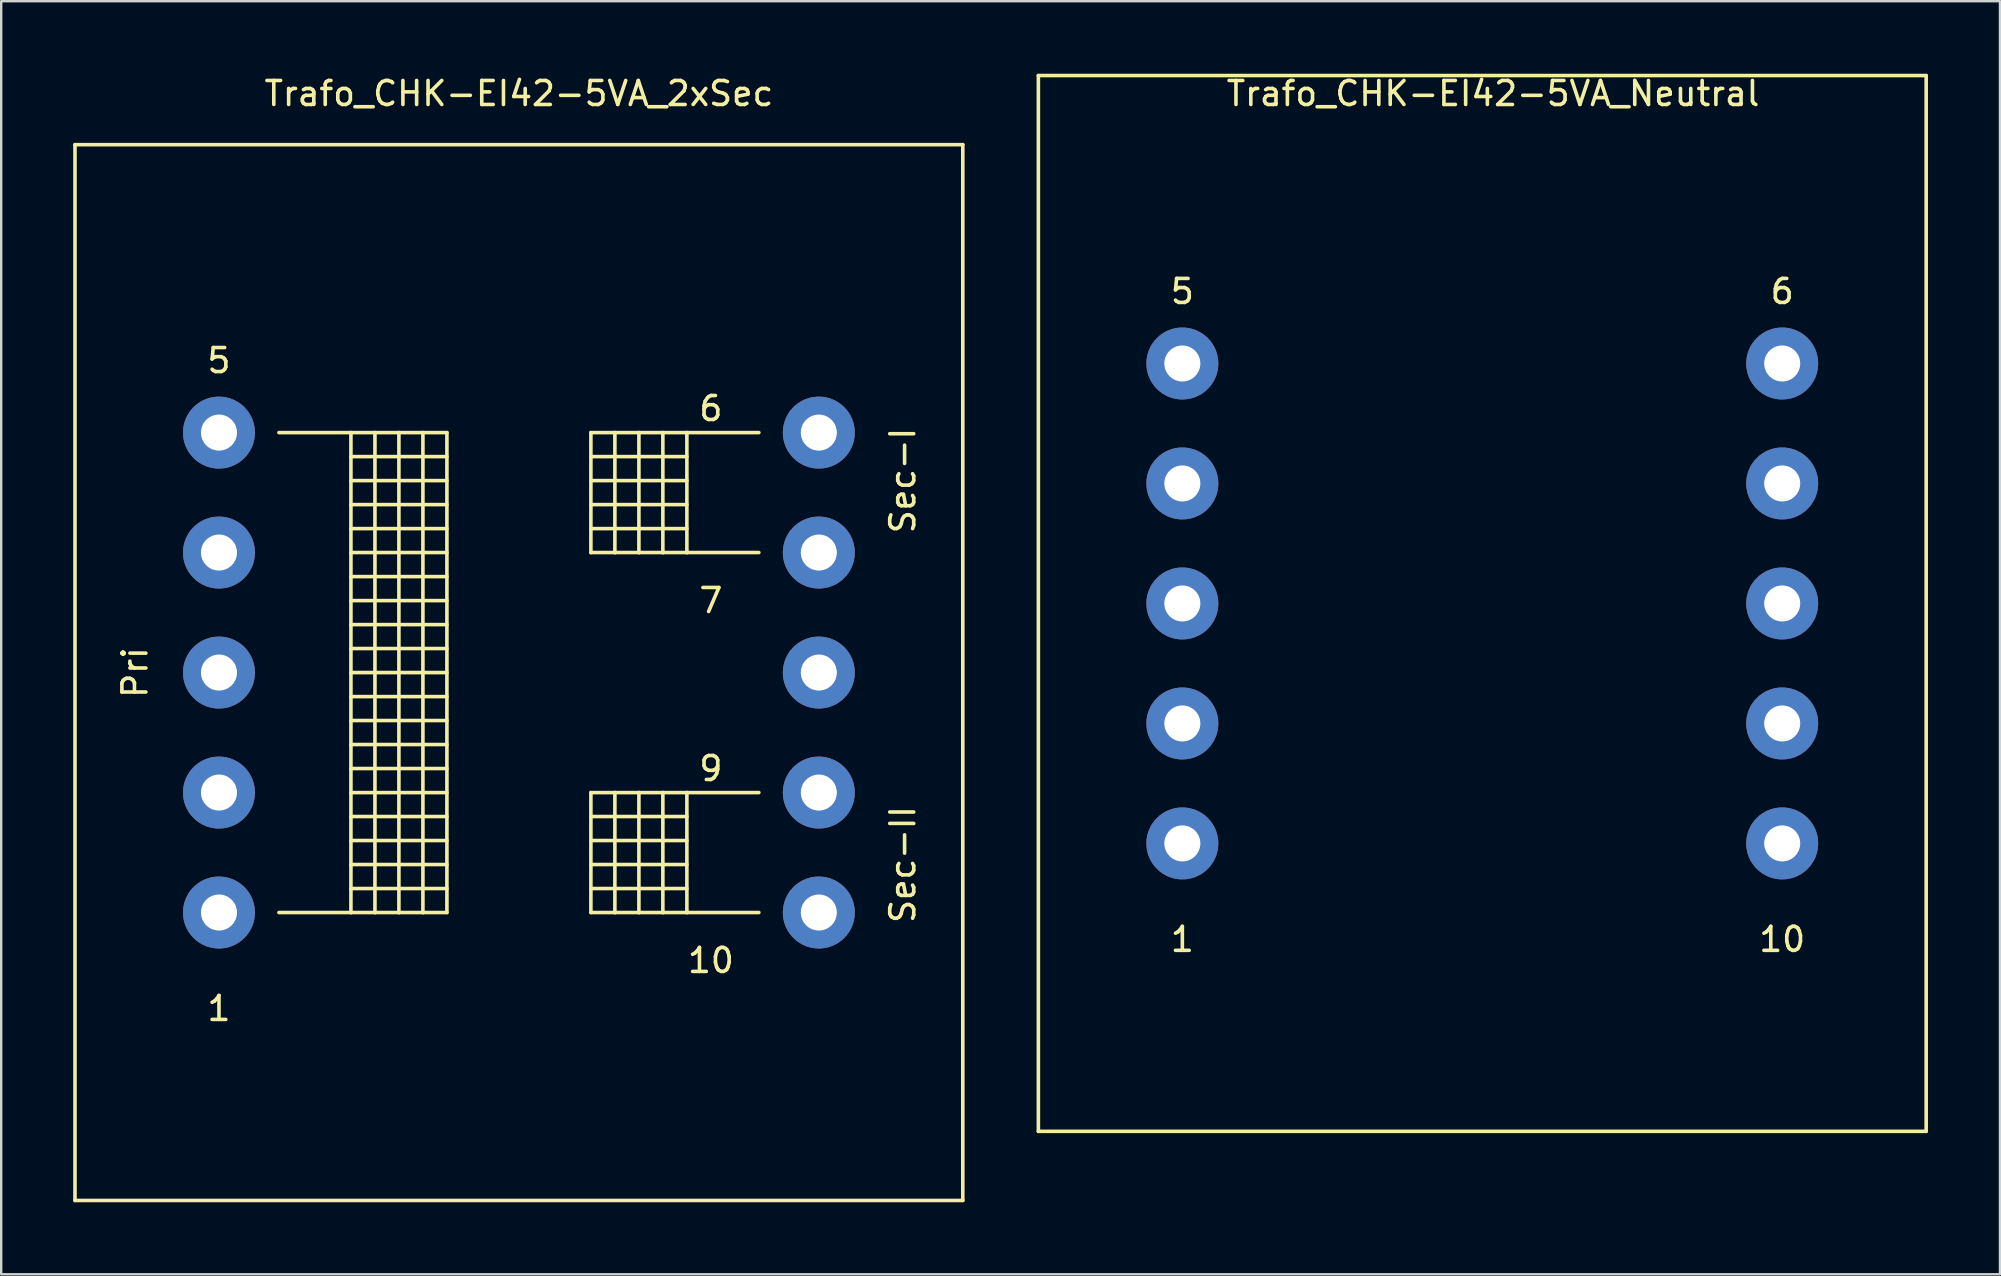
<source format=kicad_pcb>
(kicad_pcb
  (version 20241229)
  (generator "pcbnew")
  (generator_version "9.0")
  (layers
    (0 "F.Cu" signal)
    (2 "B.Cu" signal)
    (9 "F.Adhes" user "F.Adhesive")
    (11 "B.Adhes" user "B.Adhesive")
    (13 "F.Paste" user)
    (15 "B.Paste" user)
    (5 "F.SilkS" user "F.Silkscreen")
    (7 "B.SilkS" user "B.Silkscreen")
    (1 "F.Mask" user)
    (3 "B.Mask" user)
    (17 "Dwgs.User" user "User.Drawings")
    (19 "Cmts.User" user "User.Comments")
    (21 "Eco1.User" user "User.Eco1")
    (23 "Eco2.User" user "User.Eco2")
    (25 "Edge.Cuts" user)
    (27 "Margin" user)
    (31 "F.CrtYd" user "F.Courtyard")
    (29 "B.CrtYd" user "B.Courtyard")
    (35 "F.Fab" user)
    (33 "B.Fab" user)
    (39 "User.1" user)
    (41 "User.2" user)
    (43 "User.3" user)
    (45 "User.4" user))
  (footprint "Trafo_CHK-EI42-5VA_2xSec"
    (layer "F.Cu")
    (at 18.574 24.978)
    (property "Reference" "Trafo_CHK-EI42-5VA_2xSec" (at 0 -24.13 0) (layer "F.SilkS") (effects (font (size 1 1) (thickness 0.15))))
    (attr through_hole)
    (fp_line (start -18.499 -21.999) (end -18.499 21.999) (stroke (width 0.15) (type solid)) (layer "F.SilkS"))
    (fp_line (start -18.499 21.999) (end 18.499 21.999) (stroke (width 0.15) (type solid)) (layer "F.SilkS"))
    (fp_line (start -10 -10) (end -7 -10) (stroke (width 0.15) (type solid)) (layer "F.SilkS"))
    (fp_line (start -7 -10) (end -7 10) (stroke (width 0.15) (type solid)) (layer "F.SilkS"))
    (fp_line (start -7 -10) (end -5.999 -10) (stroke (width 0.15) (type solid)) (layer "F.SilkS"))
    (fp_line (start -7 -8.999) (end -3 -8.999) (stroke (width 0.15) (type solid)) (layer "F.SilkS"))
    (fp_line (start -7 -8.001) (end -3 -8.001) (stroke (width 0.15) (type solid)) (layer "F.SilkS"))
    (fp_line (start -7 -7) (end -3 -7) (stroke (width 0.15) (type solid)) (layer "F.SilkS"))
    (fp_line (start -7 -5.999) (end -3 -5.999) (stroke (width 0.15) (type solid)) (layer "F.SilkS"))
    (fp_line (start -7 -5.001) (end -3 -5.001) (stroke (width 0.15) (type solid)) (layer "F.SilkS"))
    (fp_line (start -7 -4) (end -3 -4) (stroke (width 0.15) (type solid)) (layer "F.SilkS"))
    (fp_line (start -7 -3) (end -3 -3) (stroke (width 0.15) (type solid)) (layer "F.SilkS"))
    (fp_line (start -7 -1.999) (end -3 -1.999) (stroke (width 0.15) (type solid)) (layer "F.SilkS"))
    (fp_line (start -7 -1.001) (end -3 -1.001) (stroke (width 0.15) (type solid)) (layer "F.SilkS"))
    (fp_line (start -7 0) (end -3 0) (stroke (width 0.15) (type solid)) (layer "F.SilkS"))
    (fp_line (start -7 1.001) (end -3 1.001) (stroke (width 0.15) (type solid)) (layer "F.SilkS"))
    (fp_line (start -7 1.999) (end -3 1.999) (stroke (width 0.15) (type solid)) (layer "F.SilkS"))
    (fp_line (start -7 3) (end -3 3) (stroke (width 0.15) (type solid)) (layer "F.SilkS"))
    (fp_line (start -7 4) (end -3 4) (stroke (width 0.15) (type solid)) (layer "F.SilkS"))
    (fp_line (start -7 5.001) (end -3 5.001) (stroke (width 0.15) (type solid)) (layer "F.SilkS"))
    (fp_line (start -7 5.999) (end -3 5.999) (stroke (width 0.15) (type solid)) (layer "F.SilkS"))
    (fp_line (start -7 7) (end -3 7) (stroke (width 0.15) (type solid)) (layer "F.SilkS"))
    (fp_line (start -7 8.001) (end -3 8.001) (stroke (width 0.15) (type solid)) (layer "F.SilkS"))
    (fp_line (start -7 8.999) (end -3 8.999) (stroke (width 0.15) (type solid)) (layer "F.SilkS"))
    (fp_line (start -7 10) (end -10 10) (stroke (width 0.15) (type solid)) (layer "F.SilkS"))
    (fp_line (start -5.999 -10) (end -5.999 10) (stroke (width 0.15) (type solid)) (layer "F.SilkS"))
    (fp_line (start -5.999 -10) (end -5.001 -10) (stroke (width 0.15) (type solid)) (layer "F.SilkS"))
    (fp_line (start -5.999 10) (end -7 10) (stroke (width 0.15) (type solid)) (layer "F.SilkS"))
    (fp_line (start -5.001 -10) (end -5.001 10) (stroke (width 0.15) (type solid)) (layer "F.SilkS"))
    (fp_line (start -5.001 -10) (end -4 -10) (stroke (width 0.15) (type solid)) (layer "F.SilkS"))
    (fp_line (start -5.001 10) (end -5.999 10) (stroke (width 0.15) (type solid)) (layer "F.SilkS"))
    (fp_line (start -4 -10) (end -4 10) (stroke (width 0.15) (type solid)) (layer "F.SilkS"))
    (fp_line (start -4 -10) (end -3 -10) (stroke (width 0.15) (type solid)) (layer "F.SilkS"))
    (fp_line (start -4 10) (end -5.001 10) (stroke (width 0.15) (type solid)) (layer "F.SilkS"))
    (fp_line (start -3 -10) (end -3 10) (stroke (width 0.15) (type solid)) (layer "F.SilkS"))
    (fp_line (start -3 10) (end -4 10) (stroke (width 0.15) (type solid)) (layer "F.SilkS"))
    (fp_line (start 3 -10) (end 3 -5.001) (stroke (width 0.15) (type solid)) (layer "F.SilkS"))
    (fp_line (start 3 -8.999) (end 7 -8.999) (stroke (width 0.15) (type solid)) (layer "F.SilkS"))
    (fp_line (start 3 -7) (end 7 -7) (stroke (width 0.15) (type solid)) (layer "F.SilkS"))
    (fp_line (start 3 -5.001) (end 4 -5.001) (stroke (width 0.15) (type solid)) (layer "F.SilkS"))
    (fp_line (start 3 5.001) (end 3 10) (stroke (width 0.15) (type solid)) (layer "F.SilkS"))
    (fp_line (start 3 5.999) (end 7 5.999) (stroke (width 0.15) (type solid)) (layer "F.SilkS"))
    (fp_line (start 3 7) (end 7 7) (stroke (width 0.15) (type solid)) (layer "F.SilkS"))
    (fp_line (start 3 8.001) (end 7 8.001) (stroke (width 0.15) (type solid)) (layer "F.SilkS"))
    (fp_line (start 3 8.999) (end 7 8.999) (stroke (width 0.15) (type solid)) (layer "F.SilkS"))
    (fp_line (start 3 10) (end 4 10) (stroke (width 0.15) (type solid)) (layer "F.SilkS"))
    (fp_line (start 4 -10) (end 3 -10) (stroke (width 0.15) (type solid)) (layer "F.SilkS"))
    (fp_line (start 4 -10) (end 4 -5.001) (stroke (width 0.15) (type solid)) (layer "F.SilkS"))
    (fp_line (start 4 -5.001) (end 5.001 -5.001) (stroke (width 0.15) (type solid)) (layer "F.SilkS"))
    (fp_line (start 4 5.001) (end 3 5.001) (stroke (width 0.15) (type solid)) (layer "F.SilkS"))
    (fp_line (start 4 5.001) (end 4 10) (stroke (width 0.15) (type solid)) (layer "F.SilkS"))
    (fp_line (start 4 10) (end 5.001 10) (stroke (width 0.15) (type solid)) (layer "F.SilkS"))
    (fp_line (start 5.001 -10) (end 4 -10) (stroke (width 0.15) (type solid)) (layer "F.SilkS"))
    (fp_line (start 5.001 -10) (end 5.001 -5.001) (stroke (width 0.15) (type solid)) (layer "F.SilkS"))
    (fp_line (start 5.001 -5.001) (end 5.999 -5.001) (stroke (width 0.15) (type solid)) (layer "F.SilkS"))
    (fp_line (start 5.001 5.001) (end 4 5.001) (stroke (width 0.15) (type solid)) (layer "F.SilkS"))
    (fp_line (start 5.001 5.001) (end 5.001 10) (stroke (width 0.15) (type solid)) (layer "F.SilkS"))
    (fp_line (start 5.001 10) (end 5.999 10) (stroke (width 0.15) (type solid)) (layer "F.SilkS"))
    (fp_line (start 5.999 -10) (end 5.001 -10) (stroke (width 0.15) (type solid)) (layer "F.SilkS"))
    (fp_line (start 5.999 -10) (end 5.999 -5.001) (stroke (width 0.15) (type solid)) (layer "F.SilkS"))
    (fp_line (start 5.999 -5.001) (end 7 -5.001) (stroke (width 0.15) (type solid)) (layer "F.SilkS"))
    (fp_line (start 5.999 5.001) (end 5.001 5.001) (stroke (width 0.15) (type solid)) (layer "F.SilkS"))
    (fp_line (start 5.999 5.001) (end 5.999 10) (stroke (width 0.15) (type solid)) (layer "F.SilkS"))
    (fp_line (start 5.999 10) (end 7 10) (stroke (width 0.15) (type solid)) (layer "F.SilkS"))
    (fp_line (start 7 -10) (end 5.999 -10) (stroke (width 0.15) (type solid)) (layer "F.SilkS"))
    (fp_line (start 7 -10) (end 7 -5.001) (stroke (width 0.15) (type solid)) (layer "F.SilkS"))
    (fp_line (start 7 -8.001) (end 3 -8.001) (stroke (width 0.15) (type solid)) (layer "F.SilkS"))
    (fp_line (start 7 -5.999) (end 3 -5.999) (stroke (width 0.15) (type solid)) (layer "F.SilkS"))
    (fp_line (start 7 -5.001) (end 10 -5.001) (stroke (width 0.15) (type solid)) (layer "F.SilkS"))
    (fp_line (start 7 5.001) (end 5.999 5.001) (stroke (width 0.15) (type solid)) (layer "F.SilkS"))
    (fp_line (start 7 5.001) (end 7 10) (stroke (width 0.15) (type solid)) (layer "F.SilkS"))
    (fp_line (start 7 10) (end 10 10) (stroke (width 0.15) (type solid)) (layer "F.SilkS"))
    (fp_line (start 10 -10) (end 7 -10) (stroke (width 0.15) (type solid)) (layer "F.SilkS"))
    (fp_line (start 10 5.001) (end 7 5.001) (stroke (width 0.15) (type solid)) (layer "F.SilkS"))
    (fp_line (start 18.499 -21.999) (end -18.499 -21.999) (stroke (width 0.15) (type solid)) (layer "F.SilkS"))
    (fp_line (start 18.499 21.999) (end 18.499 -21.999) (stroke (width 0.15) (type solid)) (layer "F.SilkS"))
    (fp_text user "Pri" (at -15.999 0 90) (layer "F.SilkS") (effects (font (size 1 1) (thickness 0.15))))
    (fp_text user "6" (at 8.001 -11.001 0) (layer "F.SilkS") (effects (font (size 1 1) (thickness 0.15))))
    (fp_text user "Sec-II" (at 15.999 8.001 90) (layer "F.SilkS") (effects (font (size 1 1) (thickness 0.15))))
    (fp_text user "9" (at 8.001 4 0) (layer "F.SilkS") (effects (font (size 1 1) (thickness 0.15))))
    (fp_text user "Sec-I" (at 15.999 -8.001 90) (layer "F.SilkS") (effects (font (size 1 1) (thickness 0.15))))
    (fp_text user "5" (at -12.499 -13 0) (layer "F.SilkS") (effects (font (size 1 1) (thickness 0.15))))
    (fp_text user "7" (at 8.001 -3 0) (layer "F.SilkS") (effects (font (size 1 1) (thickness 0.15))))
    (fp_text user "1" (at -12.499 14 0) (layer "F.SilkS") (effects (font (size 1 1) (thickness 0.15))))
    (fp_text user "10" (at 8.001 11.999 0) (layer "F.SilkS") (effects (font (size 1 1) (thickness 0.15))))
    (pad "1" thru_hole circle (at -12.499 10) (size 3 3) (drill 1.501) (layers "*.Cu" "*.Mask"))
    (pad "2" thru_hole circle (at -12.499 5.001) (size 3 3) (drill 1.501) (layers "*.Cu" "*.Mask"))
    (pad "3" thru_hole circle (at -12.499 0) (size 3 3) (drill 1.501) (layers "*.Cu" "*.Mask"))
    (pad "4" thru_hole circle (at -12.499 -5.001) (size 3 3) (drill 1.501) (layers "*.Cu" "*.Mask"))
    (pad "5" thru_hole circle (at -12.499 -10) (size 3 3) (drill 1.501) (layers "*.Cu" "*.Mask"))
    (pad "6" thru_hole circle (at 12.499 -10) (size 3 3) (drill 1.501) (layers "*.Cu" "*.Mask"))
    (pad "7" thru_hole circle (at 12.499 -5.001) (size 3 3) (drill 1.501) (layers "*.Cu" "*.Mask"))
    (pad "8" thru_hole circle (at 12.499 0) (size 3 3) (drill 1.501) (layers "*.Cu" "*.Mask"))
    (pad "9" thru_hole circle (at 12.499 5.001) (size 3 3) (drill 1.501) (layers "*.Cu" "*.Mask"))
    (pad "10" thru_hole circle (at 12.499 10) (size 3 3) (drill 1.501) (layers "*.Cu" "*.Mask")))
  (footprint "Trafo_CHK-EI42-5VA_Neutral"
    (layer "F.Cu")
    (at 58.721 22.098)
    (property "Reference" "Trafo_CHK-EI42-5VA_Neutral" (at 0.45 -21.25 0) (layer "F.SilkS") (effects (font (size 1 1) (thickness 0.15))))
    (attr through_hole)
    (fp_line (start -18.499 -21.999) (end -18.499 21.999) (stroke (width 0.15) (type solid)) (layer "F.SilkS"))
    (fp_line (start -18.499 21.999) (end 18.499 21.999) (stroke (width 0.15) (type solid)) (layer "F.SilkS"))
    (fp_line (start 18.499 -21.999) (end -18.499 -21.999) (stroke (width 0.15) (type solid)) (layer "F.SilkS"))
    (fp_line (start 18.499 21.999) (end 18.499 -21.999) (stroke (width 0.15) (type solid)) (layer "F.SilkS"))
    (fp_text user "1" (at -12.499 14 0) (layer "F.SilkS") (effects (font (size 1 1) (thickness 0.15))))
    (fp_text user "6" (at 12.499 -13 0) (layer "F.SilkS") (effects (font (size 1 1) (thickness 0.15))))
    (fp_text user "5" (at -12.499 -13 0) (layer "F.SilkS") (effects (font (size 1 1) (thickness 0.15))))
    (fp_text user "10" (at 12.499 14 0) (layer "F.SilkS") (effects (font (size 1 1) (thickness 0.15))))
    (pad "1" thru_hole circle (at -12.499 10) (size 3 3) (drill 1.501) (layers "*.Cu" "*.Mask"))
    (pad "2" thru_hole circle (at -12.499 5.001) (size 3 3) (drill 1.501) (layers "*.Cu" "*.Mask"))
    (pad "3" thru_hole circle (at -12.499 0) (size 3 3) (drill 1.501) (layers "*.Cu" "*.Mask"))
    (pad "4" thru_hole circle (at -12.499 -5.001) (size 3 3) (drill 1.501) (layers "*.Cu" "*.Mask"))
    (pad "5" thru_hole circle (at -12.499 -10) (size 3 3) (drill 1.501) (layers "*.Cu" "*.Mask"))
    (pad "6" thru_hole circle (at 12.499 -10) (size 3 3) (drill 1.501) (layers "*.Cu" "*.Mask"))
    (pad "7" thru_hole circle (at 12.499 -5.001) (size 3 3) (drill 1.501) (layers "*.Cu" "*.Mask"))
    (pad "8" thru_hole circle (at 12.499 0) (size 3 3) (drill 1.501) (layers "*.Cu" "*.Mask"))
    (pad "9" thru_hole circle (at 12.499 5.001) (size 3 3) (drill 1.501) (layers "*.Cu" "*.Mask"))
    (pad "10" thru_hole circle (at 12.499 10) (size 3 3) (drill 1.501) (layers "*.Cu" "*.Mask")))
  (gr_rect
    (start -3 -3)
    (end 80.295 50.052)
    (stroke (width 0.1) (type default))
    (fill no)
    (layer "Edge.Cuts")))
</source>
